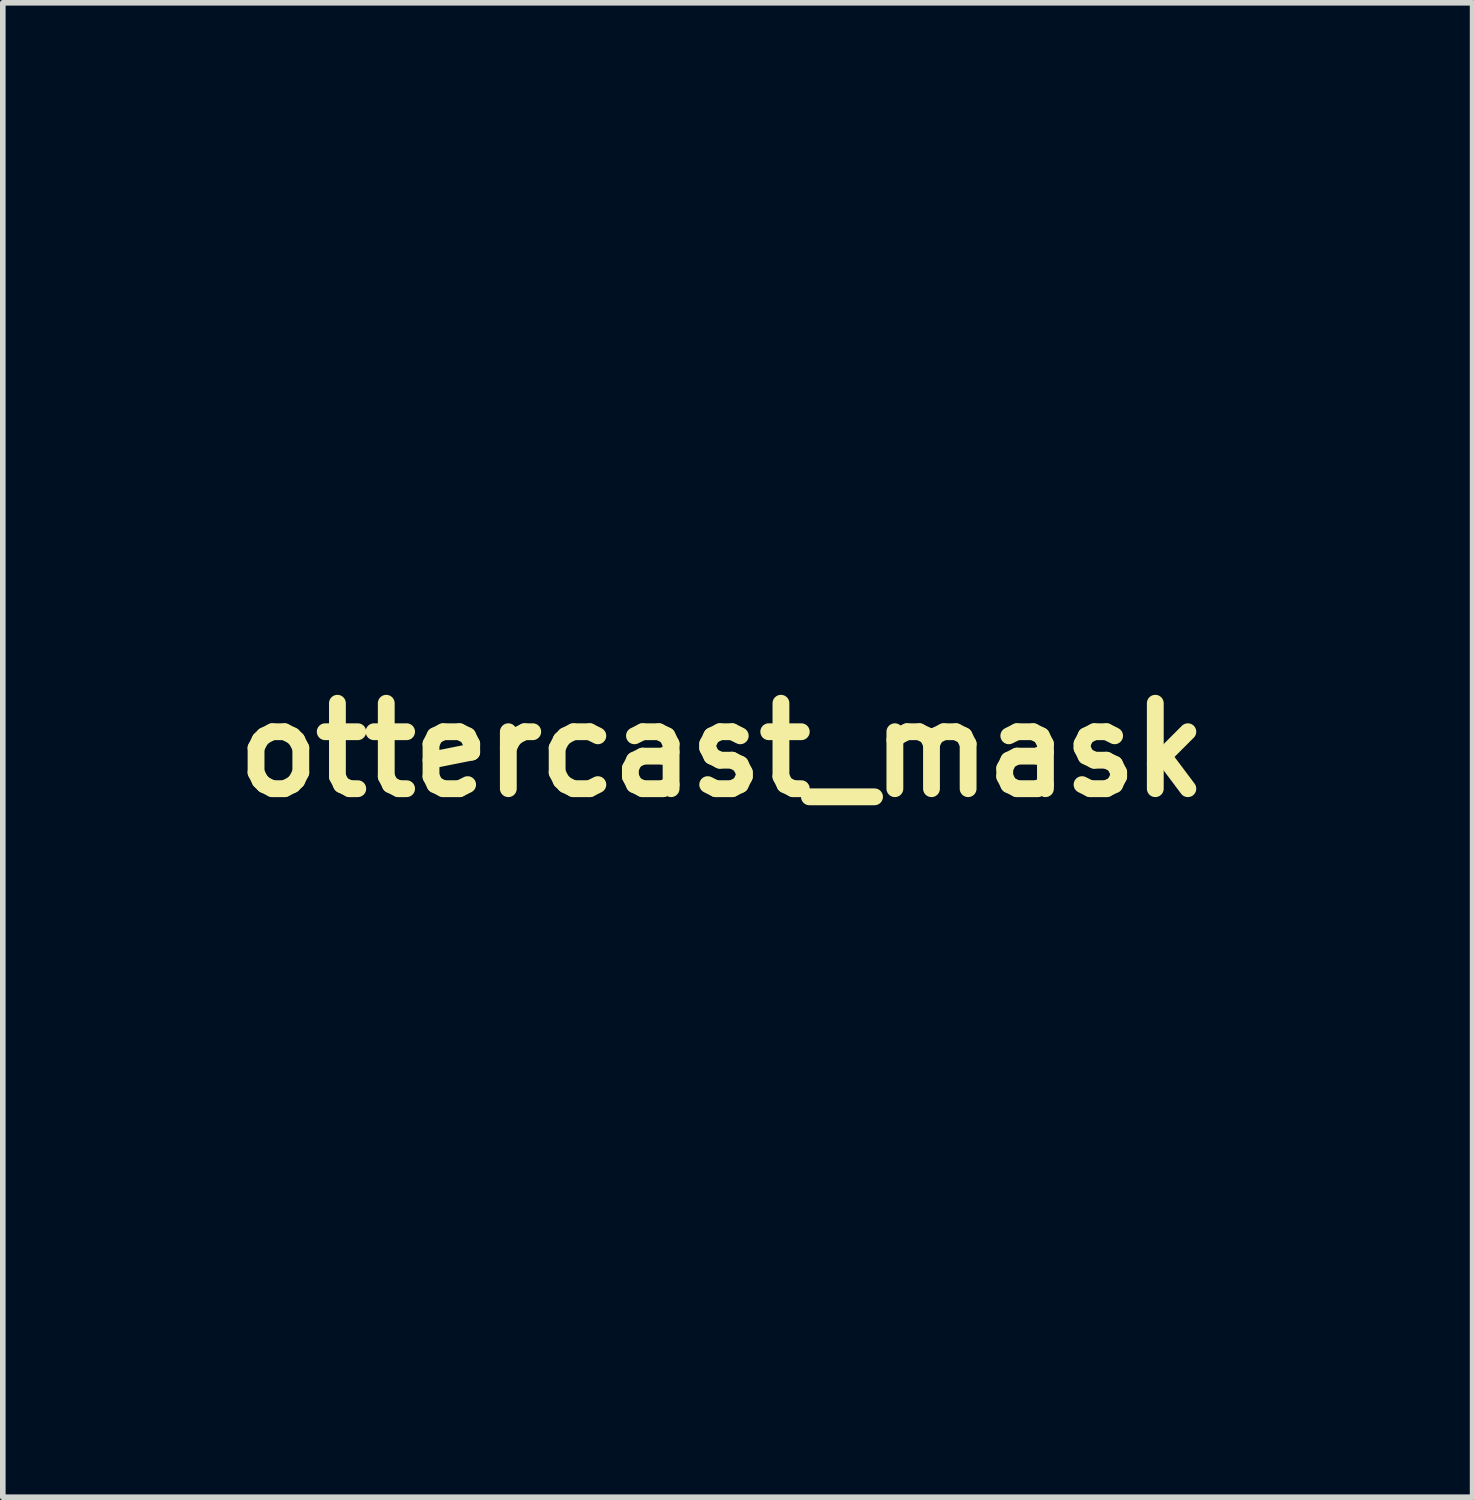
<source format=kicad_pcb>
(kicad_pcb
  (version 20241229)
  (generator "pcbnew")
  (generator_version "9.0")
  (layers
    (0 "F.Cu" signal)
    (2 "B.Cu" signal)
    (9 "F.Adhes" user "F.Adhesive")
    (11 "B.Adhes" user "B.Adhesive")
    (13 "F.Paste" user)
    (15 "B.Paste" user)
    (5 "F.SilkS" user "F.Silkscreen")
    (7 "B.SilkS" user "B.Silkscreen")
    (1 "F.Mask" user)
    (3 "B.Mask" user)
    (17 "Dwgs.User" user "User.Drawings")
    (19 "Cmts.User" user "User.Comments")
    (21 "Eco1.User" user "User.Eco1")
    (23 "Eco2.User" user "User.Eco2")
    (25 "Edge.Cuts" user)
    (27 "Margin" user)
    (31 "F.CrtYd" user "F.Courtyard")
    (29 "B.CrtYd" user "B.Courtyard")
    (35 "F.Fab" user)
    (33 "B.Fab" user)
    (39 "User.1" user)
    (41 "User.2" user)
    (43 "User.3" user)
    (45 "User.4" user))
  (footprint "ottercast_mask"
    (layer "F.Cu")
    (at 9.826 10.327)
    (property "Reference" "ottercast_mask" (at 0 0 0) (layer "F.SilkS") (effects (font (size 1.524 1.524) (thickness 0.3))))
    (attr through_hole)
    (fp_poly (pts (xy 4.998 -10.321) (xy 5.502 -10.286) (xy 5.995 -10.219) (xy 6.475 -10.121) (xy 6.938 -9.991) (xy 7.383 -9.832) (xy 7.806 -9.645) (xy 8.204 -9.43) (xy 8.575 -9.188) (xy 8.916 -8.92) (xy 9.088 -8.764) (xy 9.356 -8.482) (xy 9.583 -8.192) (xy 9.769 -7.891) (xy 9.915 -7.579) (xy 10.021 -7.255) (xy 10.088 -6.918) (xy 10.117 -6.567) (xy 10.118 -6.485) (xy 10.118 -6.374) (xy 10.122 -6.293) (xy 10.13 -6.232) (xy 10.144 -6.179) (xy 10.166 -6.122) (xy 10.182 -6.087) (xy 10.278 -5.832) (xy 10.343 -5.564) (xy 10.378 -5.29) (xy 10.383 -5.013) (xy 10.359 -4.739) (xy 10.308 -4.472) (xy 10.23 -4.217) (xy 10.126 -3.978) (xy 9.997 -3.761) (xy 9.845 -3.57) (xy 9.669 -3.41) (xy 9.648 -3.394) (xy 9.588 -3.343) (xy 9.552 -3.298) (xy 9.546 -3.279) (xy 9.533 -3.219) (xy 9.499 -3.141) (xy 9.45 -3.055) (xy 9.394 -2.976) (xy 9.386 -2.967) (xy 9.324 -2.909) (xy 9.245 -2.852) (xy 9.191 -2.822) (xy 9.133 -2.795) (xy 9.082 -2.778) (xy 9.025 -2.768) (xy 8.951 -2.764) (xy 8.848 -2.763) (xy 8.837 -2.763) (xy 8.729 -2.764) (xy 8.652 -2.769) (xy 8.595 -2.778) (xy 8.546 -2.795) (xy 8.509 -2.813) (xy 8.446 -2.848) (xy 8.395 -2.88) (xy 8.38 -2.892) (xy 8.362 -2.903) (xy 8.351 -2.895) (xy 8.343 -2.86) (xy 8.335 -2.793) (xy 8.332 -2.759) (xy 8.328 -2.686) (xy 8.324 -2.58) (xy 8.321 -2.452) (xy 8.319 -2.312) (xy 8.319 -2.177) (xy 8.319 -1.757) (xy 8.451 -1.691) (xy 8.692 -1.549) (xy 8.9 -1.382) (xy 9.073 -1.193) (xy 9.212 -0.982) (xy 9.284 -0.827) (xy 9.35 -0.612) (xy 9.376 -0.397) (xy 9.365 -0.187) (xy 9.318 0.015) (xy 9.237 0.205) (xy 9.125 0.377) (xy 8.982 0.528) (xy 8.812 0.653) (xy 8.615 0.749) (xy 8.547 0.773) (xy 8.443 0.801) (xy 8.331 0.825) (xy 8.235 0.839) (xy 8.233 0.839) (xy 8.156 0.847) (xy 8.111 0.857) (xy 8.089 0.872) (xy 8.079 0.9) (xy 8.075 0.918) (xy 8.068 0.959) (xy 8.056 1.034) (xy 8.039 1.135) (xy 8.018 1.257) (xy 7.996 1.39) (xy 7.99 1.424) (xy 7.85 2.166) (xy 7.684 2.878) (xy 7.49 3.561) (xy 7.271 4.213) (xy 7.026 4.835) (xy 6.755 5.425) (xy 6.459 5.983) (xy 6.138 6.509) (xy 5.792 7.001) (xy 5.421 7.46) (xy 5.026 7.884) (xy 4.604 8.277) (xy 4.16 8.636) (xy 3.692 8.959) (xy 3.201 9.249) (xy 2.686 9.504) (xy 2.147 9.725) (xy 1.583 9.912) (xy 0.994 10.065) (xy 0.38 10.185) (xy -0.261 10.271) (xy -0.323 10.277) (xy -0.45 10.288) (xy -0.609 10.297) (xy -0.794 10.305) (xy -0.996 10.311) (xy -1.207 10.316) (xy -1.42 10.319) (xy -1.626 10.32) (xy -1.819 10.32) (xy -1.99 10.317) (xy -2.131 10.312) (xy -2.201 10.308) (xy -2.827 10.24) (xy -3.431 10.136) (xy -4.015 9.996) (xy -4.578 9.819) (xy -5.119 9.605) (xy -5.639 9.355) (xy -6.051 9.122) (xy -6.375 8.915) (xy -6.679 8.697) (xy -6.972 8.462) (xy -7.265 8.202) (xy -7.494 7.98) (xy -7.836 7.622) (xy -8.143 7.261) (xy -8.42 6.89) (xy -8.675 6.499) (xy -8.914 6.079) (xy -9.015 5.884) (xy -9.255 5.368) (xy -9.452 4.851) (xy -9.551 4.522) (xy -0.332 4.522) (xy -0.31 4.521) (xy -0.255 4.511) (xy -0.176 4.495) (xy -0.091 4.476) (xy 0.202 4.424) (xy 0.492 4.399) (xy 0.77 4.402) (xy 1.028 4.433) (xy 1.132 4.455) (xy 1.362 4.532) (xy 1.58 4.646) (xy 1.778 4.791) (xy 1.953 4.963) (xy 2.097 5.157) (xy 2.174 5.297) (xy 2.211 5.366) (xy 2.246 5.408) (xy 2.265 5.419) (xy 2.293 5.409) (xy 2.353 5.384) (xy 2.438 5.345) (xy 2.541 5.296) (xy 2.656 5.239) (xy 2.668 5.233) (xy 2.915 5.104) (xy 3.135 4.981) (xy 3.338 4.856) (xy 3.538 4.721) (xy 3.741 4.573) (xy 4.091 4.288) (xy 4.42 3.975) (xy 4.729 3.632) (xy 5.019 3.258) (xy 5.291 2.852) (xy 5.545 2.413) (xy 5.783 1.938) (xy 6.006 1.426) (xy 6.214 0.876) (xy 6.316 0.577) (xy 6.457 0.149) (xy 6.295 -0.016) (xy 6.026 -0.313) (xy 5.774 -0.646) (xy 5.542 -1.007) (xy 5.332 -1.39) (xy 5.148 -1.79) (xy 4.993 -2.201) (xy 4.877 -2.59) (xy 4.818 -2.821) (xy 4.769 -2.633) (xy 4.648 -2.23) (xy 4.503 -1.839) (xy 4.336 -1.462) (xy 4.148 -1.103) (xy 3.942 -0.765) (xy 3.72 -0.452) (xy 3.484 -0.166) (xy 3.237 0.089) (xy 2.981 0.309) (xy 2.718 0.492) (xy 2.615 0.551) (xy 2.46 0.636) (xy 2.392 0.83) (xy 2.241 1.211) (xy 2.052 1.598) (xy 1.826 1.988) (xy 1.567 2.377) (xy 1.432 2.561) (xy 1.352 2.665) (xy 1.275 2.764) (xy 1.196 2.862) (xy 1.112 2.961) (xy 1.021 3.066) (xy 0.919 3.181) (xy 0.803 3.308) (xy 0.67 3.452) (xy 0.516 3.616) (xy 0.339 3.804) (xy 0.175 3.976) (xy 0.056 4.102) (xy -0.053 4.217) (xy -0.148 4.319) (xy -0.227 4.404) (xy -0.286 4.469) (xy -0.322 4.509) (xy -0.332 4.522) (xy -9.551 4.522) (xy -9.608 4.334) (xy -9.721 3.817) (xy -9.792 3.301) (xy -9.821 2.785) (xy -9.821 2.691) (xy -9.805 2.132) (xy -9.758 1.592) (xy -9.68 1.072) (xy -9.572 0.575) (xy -9.434 0.101) (xy -9.267 -0.349) (xy -9.072 -0.773) (xy -8.85 -1.17) (xy -8.599 -1.538) (xy -8.323 -1.877) (xy -8.02 -2.184) (xy -7.691 -2.46) (xy -7.418 -2.651) (xy -7.284 -2.732) (xy -7.136 -2.811) (xy -6.981 -2.886) (xy -6.826 -2.954) (xy -6.678 -3.011) (xy -6.546 -3.055) (xy -6.436 -3.082) (xy -6.365 -3.09) (xy -6.243 -3.07) (xy -6.137 -3.013) (xy -6.051 -2.92) (xy -6.009 -2.847) (xy -5.98 -2.766) (xy -5.972 -2.69) (xy -5.988 -2.611) (xy -6.03 -2.525) (xy -6.1 -2.424) (xy -6.2 -2.303) (xy -6.209 -2.293) (xy -6.41 -2.038) (xy -6.6 -1.748) (xy -6.776 -1.428) (xy -6.934 -1.085) (xy -7.073 -0.725) (xy -7.189 -0.354) (xy -7.259 -0.07) (xy -7.304 0.15) (xy -7.337 0.355) (xy -7.36 0.56) (xy -7.375 0.781) (xy -7.381 0.935) (xy -7.382 1.271) (xy -7.364 1.578) (xy -7.323 1.864) (xy -7.257 2.137) (xy -7.166 2.406) (xy -7.046 2.681) (xy -6.917 2.932) (xy -6.771 3.179) (xy -6.61 3.421) (xy -6.44 3.647) (xy -6.267 3.851) (xy -6.097 4.024) (xy -6.056 4.062) (xy -5.906 4.195) (xy -5.859 4.113) (xy -5.774 3.97) (xy -5.668 3.794) (xy -5.545 3.591) (xy -5.405 3.362) (xy -5.251 3.113) (xy -5.085 2.847) (xy -4.911 2.567) (xy -4.729 2.277) (xy -4.709 2.245) (xy -4.575 2.032) (xy -4.461 1.852) (xy -4.364 1.701) (xy -4.283 1.576) (xy -4.214 1.472) (xy -4.156 1.388) (xy -4.106 1.318) (xy -4.061 1.26) (xy -4.019 1.21) (xy -3.979 1.164) (xy -3.937 1.121) (xy -3.814 1.004) (xy -3.705 0.919) (xy -3.602 0.862) (xy -3.496 0.829) (xy -3.381 0.816) (xy -3.344 0.815) (xy -3.253 0.817) (xy -3.188 0.828) (xy -3.131 0.849) (xy -3.087 0.873) (xy -2.954 0.973) (xy -2.856 1.097) (xy -2.794 1.245) (xy -2.767 1.415) (xy -2.766 1.482) (xy -2.778 1.635) (xy -2.811 1.82) (xy -2.86 2.031) (xy -2.926 2.263) (xy -3.007 2.51) (xy -3.1 2.768) (xy -3.204 3.031) (xy -3.318 3.294) (xy -3.379 3.427) (xy -3.421 3.518) (xy -3.456 3.595) (xy -3.479 3.649) (xy -3.487 3.674) (xy -3.487 3.675) (xy -3.466 3.67) (xy -3.414 3.653) (xy -3.34 3.627) (xy -3.28 3.605) (xy -3.024 3.515) (xy -2.77 3.439) (xy -2.532 3.38) (xy -2.461 3.366) (xy -2.371 3.346) (xy -2.296 3.325) (xy -2.246 3.307) (xy -2.234 3.298) (xy -2.216 3.273) (xy -2.179 3.218) (xy -2.126 3.136) (xy -2.06 3.034) (xy -1.985 2.917) (xy -1.914 2.805) (xy -1.788 2.609) (xy -1.678 2.447) (xy -1.58 2.315) (xy -1.489 2.208) (xy -1.404 2.122) (xy -1.319 2.053) (xy -1.231 1.997) (xy -1.176 1.968) (xy -1.088 1.928) (xy -1.017 1.906) (xy -0.942 1.898) (xy -0.891 1.897) (xy -0.736 1.917) (xy -0.6 1.974) (xy -0.485 2.066) (xy -0.395 2.191) (xy -0.336 2.333) (xy -0.314 2.42) (xy -0.304 2.509) (xy -0.305 2.607) (xy -0.318 2.723) (xy -0.344 2.867) (xy -0.361 2.951) (xy -0.378 3.035) (xy -0.39 3.102) (xy -0.394 3.141) (xy -0.394 3.148) (xy -0.375 3.139) (xy -0.336 3.1) (xy -0.28 3.037) (xy -0.212 2.955) (xy -0.135 2.858) (xy -0.054 2.753) (xy 0.028 2.643) (xy 0.107 2.535) (xy 0.178 2.433) (xy 0.238 2.342) (xy 0.248 2.327) (xy 0.321 2.202) (xy 0.403 2.048) (xy 0.489 1.878) (xy 0.572 1.701) (xy 0.648 1.529) (xy 0.671 1.474) (xy 0.706 1.386) (xy 0.746 1.282) (xy 0.788 1.169) (xy 0.829 1.055) (xy 0.866 0.948) (xy 0.897 0.856) (xy 0.92 0.785) (xy 0.931 0.745) (xy 0.931 0.739) (xy 0.915 0.722) (xy 0.871 0.689) (xy 0.809 0.646) (xy 0.795 0.637) (xy 0.623 0.501) (xy 0.479 0.336) (xy 0.368 0.148) (xy 0.293 -0.06) (xy 0.287 -0.086) (xy 0.257 -0.302) (xy 0.267 -0.519) (xy 0.315 -0.732) (xy 0.4 -0.937) (xy 0.519 -1.133) (xy 0.67 -1.315) (xy 0.851 -1.479) (xy 1.06 -1.623) (xy 1.233 -1.715) (xy 1.412 -1.798) (xy 1.426 -1.929) (xy 1.43 -1.995) (xy 1.434 -2.089) (xy 1.437 -2.203) (xy 1.438 -2.331) (xy 1.439 -2.466) (xy 1.439 -2.602) (xy 1.438 -2.732) (xy 1.435 -2.849) (xy 1.432 -2.948) (xy 1.428 -3.021) (xy 1.424 -3.063) (xy 1.421 -3.069) (xy 1.401 -3.052) (xy 1.377 -3.009) (xy 1.376 -3.006) (xy 1.326 -2.924) (xy 1.247 -2.84) (xy 1.151 -2.764) (xy 1.062 -2.713) (xy 1.005 -2.688) (xy 0.953 -2.671) (xy 0.894 -2.662) (xy 0.818 -2.658) (xy 0.712 -2.657) (xy 0.699 -2.657) (xy 0.554 -2.661) (xy 0.442 -2.676) (xy 0.349 -2.704) (xy 0.266 -2.75) (xy 0.182 -2.817) (xy 0.173 -2.825) (xy 0.113 -2.891) (xy 0.055 -2.976) (xy 0.005 -3.067) (xy -0.029 -3.152) (xy -0.042 -3.218) (xy -0.054 -3.264) (xy -0.093 -3.308) (xy -0.127 -3.334) (xy -0.217 -3.407) (xy -0.317 -3.505) (xy -0.418 -3.618) (xy -0.508 -3.733) (xy -0.572 -3.829) (xy -0.696 -4.07) (xy -0.787 -4.32) (xy -0.845 -4.584) (xy -0.872 -4.87) (xy -0.875 -5.006) (xy -0.871 -5.204) (xy -0.856 -5.373) (xy -0.83 -5.528) (xy -0.791 -5.68) (xy -0.762 -5.769) (xy -0.76 -5.776) (xy 0.277 -5.776) (xy 0.278 -5.526) (xy 0.279 -5.239) (xy 0.28 -4.941) (xy 0.286 -3.203) (xy 0.347 -3.124) (xy 0.406 -3.059) (xy 0.475 -3.018) (xy 0.564 -2.994) (xy 0.681 -2.986) (xy 0.706 -2.985) (xy 0.805 -2.988) (xy 0.875 -2.998) (xy 0.932 -3.019) (xy 0.95 -3.028) (xy 1.011 -3.071) (xy 1.063 -3.121) (xy 1.069 -3.129) (xy 1.076 -3.14) (xy 1.083 -3.153) (xy 1.089 -3.172) (xy 1.094 -3.198) (xy 1.098 -3.235) (xy 1.101 -3.285) (xy 1.104 -3.351) (xy 1.107 -3.436) (xy 1.109 -3.543) (xy 1.111 -3.674) (xy 1.112 -3.832) (xy 1.113 -4.02) (xy 1.114 -4.241) (xy 1.115 -4.497) (xy 1.115 -4.524) (xy 1.991 -4.524) (xy 2.005 -4.339) (xy 2.032 -4.145) (xy 2.074 -3.951) (xy 2.111 -3.821) (xy 2.135 -3.747) (xy 2.171 -3.644) (xy 2.215 -3.519) (xy 2.264 -3.384) (xy 2.315 -3.246) (xy 2.318 -3.237) (xy 2.37 -3.097) (xy 2.42 -2.953) (xy 2.466 -2.818) (xy 2.503 -2.701) (xy 2.529 -2.614) (xy 2.529 -2.613) (xy 2.553 -2.522) (xy 2.574 -2.445) (xy 2.589 -2.392) (xy 2.594 -2.375) (xy 2.615 -2.371) (xy 2.663 -2.393) (xy 2.735 -2.439) (xy 2.826 -2.505) (xy 2.934 -2.589) (xy 3.002 -2.646) (xy 3.161 -2.795) (xy 3.307 -2.961) (xy 3.433 -3.136) (xy 3.533 -3.311) (xy 3.595 -3.461) (xy 3.61 -3.515) (xy 3.63 -3.597) (xy 3.653 -3.699) (xy 3.676 -3.812) (xy 3.699 -3.926) (xy 3.72 -4.032) (xy 3.735 -4.12) (xy 3.745 -4.183) (xy 3.746 -4.205) (xy 3.729 -4.222) (xy 3.683 -4.248) (xy 3.652 -4.262) (xy 3.512 -4.336) (xy 3.397 -4.43) (xy 3.33 -4.514) (xy 3.273 -4.625) (xy 3.228 -4.753) (xy 3.202 -4.878) (xy 3.197 -4.95) (xy 3.198 -5.048) (xy 3.237 -4.949) (xy 3.271 -4.872) (xy 3.309 -4.797) (xy 3.322 -4.776) (xy 3.375 -4.705) (xy 3.448 -4.628) (xy 3.533 -4.554) (xy 3.62 -4.488) (xy 3.7 -4.436) (xy 3.767 -4.407) (xy 3.793 -4.403) (xy 3.818 -4.42) (xy 3.851 -4.464) (xy 3.872 -4.5) (xy 3.971 -4.652) (xy 4.087 -4.771) (xy 4.217 -4.854) (xy 4.356 -4.9) (xy 4.502 -4.906) (xy 4.6 -4.888) (xy 4.657 -4.873) (xy 4.686 -4.875) (xy 4.7 -4.899) (xy 4.707 -4.927) (xy 4.932 -4.927) (xy 4.936 -4.883) (xy 4.955 -4.871) (xy 4.99 -4.878) (xy 5.151 -4.904) (xy 5.288 -4.899) (xy 5.394 -4.868) (xy 5.494 -4.808) (xy 5.595 -4.719) (xy 5.688 -4.61) (xy 5.758 -4.502) (xy 5.792 -4.446) (xy 5.823 -4.41) (xy 5.838 -4.403) (xy 5.888 -4.416) (xy 5.962 -4.454) (xy 6.049 -4.51) (xy 6.142 -4.58) (xy 6.157 -4.593) (xy 6.231 -4.66) (xy 6.288 -4.728) (xy 6.338 -4.811) (xy 6.37 -4.874) (xy 6.41 -4.953) (xy 6.435 -4.998) (xy 6.449 -5.012) (xy 6.455 -4.999) (xy 6.456 -4.982) (xy 6.445 -4.862) (xy 6.415 -4.73) (xy 6.372 -4.61) (xy 6.368 -4.601) (xy 6.282 -4.468) (xy 6.162 -4.356) (xy 6.02 -4.272) (xy 5.953 -4.24) (xy 5.905 -4.215) (xy 5.884 -4.203) (xy 5.884 -4.203) (xy 5.888 -4.181) (xy 5.899 -4.125) (xy 5.915 -4.041) (xy 5.936 -3.936) (xy 5.956 -3.835) (xy 5.991 -3.668) (xy 6.023 -3.536) (xy 6.056 -3.43) (xy 6.09 -3.342) (xy 6.101 -3.318) (xy 6.186 -3.165) (xy 6.297 -3.004) (xy 6.424 -2.849) (xy 6.554 -2.714) (xy 6.578 -2.693) (xy 6.642 -2.638) (xy 6.72 -2.576) (xy 6.804 -2.512) (xy 6.886 -2.452) (xy 6.958 -2.402) (xy 7.014 -2.366) (xy 7.045 -2.35) (xy 7.047 -2.35) (xy 7.057 -2.369) (xy 7.074 -2.42) (xy 7.095 -2.495) (xy 7.107 -2.543) (xy 7.129 -2.619) (xy 7.163 -2.727) (xy 7.206 -2.856) (xy 7.255 -2.999) (xy 7.308 -3.147) (xy 7.333 -3.214) (xy 7.386 -3.359) (xy 7.436 -3.5) (xy 7.481 -3.63) (xy 7.519 -3.741) (xy 7.545 -3.824) (xy 7.554 -3.852) (xy 7.607 -4.075) (xy 7.642 -4.291) (xy 7.655 -4.445) (xy 8.449 -4.445) (xy 8.45 -4.162) (xy 8.451 -3.922) (xy 8.453 -3.723) (xy 8.455 -3.565) (xy 8.459 -3.449) (xy 8.463 -3.375) (xy 8.467 -3.344) (xy 8.501 -3.263) (xy 8.553 -3.187) (xy 8.613 -3.129) (xy 8.645 -3.111) (xy 8.687 -3.102) (xy 8.757 -3.095) (xy 8.841 -3.092) (xy 8.85 -3.092) (xy 8.94 -3.093) (xy 9.003 -3.102) (xy 9.05 -3.12) (xy 9.081 -3.138) (xy 9.139 -3.19) (xy 9.186 -3.254) (xy 9.189 -3.259) (xy 9.196 -3.274) (xy 9.203 -3.292) (xy 9.208 -3.317) (xy 9.212 -3.35) (xy 9.216 -3.395) (xy 9.219 -3.455) (xy 9.222 -3.532) (xy 9.224 -3.629) (xy 9.226 -3.749) (xy 9.227 -3.894) (xy 9.228 -4.069) (xy 9.228 -4.274) (xy 9.228 -4.514) (xy 9.229 -4.79) (xy 9.229 -5.087) (xy 9.229 -5.409) (xy 9.229 -5.691) (xy 9.228 -5.937) (xy 9.228 -6.148) (xy 9.226 -6.328) (xy 9.224 -6.48) (xy 9.221 -6.605) (xy 9.217 -6.707) (xy 9.211 -6.789) (xy 9.204 -6.853) (xy 9.195 -6.902) (xy 9.184 -6.938) (xy 9.171 -6.966) (xy 9.155 -6.986) (xy 9.137 -7.002) (xy 9.117 -7.017) (xy 9.094 -7.033) (xy 9.047 -7.059) (xy 8.989 -7.076) (xy 8.908 -7.085) (xy 8.858 -7.087) (xy 8.769 -7.089) (xy 8.709 -7.085) (xy 8.664 -7.073) (xy 8.622 -7.049) (xy 8.616 -7.045) (xy 8.556 -6.992) (xy 8.504 -6.929) (xy 8.5 -6.921) (xy 8.492 -6.907) (xy 8.485 -6.891) (xy 8.479 -6.871) (xy 8.474 -6.843) (xy 8.469 -6.805) (xy 8.466 -6.754) (xy 8.463 -6.686) (xy 8.46 -6.6) (xy 8.458 -6.493) (xy 8.456 -6.361) (xy 8.455 -6.202) (xy 8.454 -6.012) (xy 8.453 -5.79) (xy 8.452 -5.532) (xy 8.451 -5.235) (xy 8.45 -5.137) (xy 8.449 -4.77) (xy 8.449 -4.445) (xy 7.655 -4.445) (xy 7.659 -4.492) (xy 7.658 -4.672) (xy 7.637 -4.823) (xy 7.632 -4.844) (xy 7.559 -5.039) (xy 7.449 -5.216) (xy 7.308 -5.373) (xy 7.139 -5.502) (xy 7.037 -5.559) (xy 6.87 -5.641) (xy 6.531 -5.638) (xy 6.388 -5.635) (xy 6.269 -5.629) (xy 6.16 -5.619) (xy 6.044 -5.603) (xy 5.909 -5.578) (xy 5.832 -5.563) (xy 5.473 -5.493) (xy 5.447 -5.4) (xy 5.389 -5.274) (xy 5.297 -5.165) (xy 5.176 -5.078) (xy 5.032 -5.018) (xy 5.027 -5.017) (xy 4.969 -4.997) (xy 4.941 -4.976) (xy 4.932 -4.942) (xy 4.932 -4.927) (xy 4.707 -4.927) (xy 4.709 -4.934) (xy 4.714 -4.965) (xy 4.703 -4.987) (xy 4.668 -5.007) (xy 4.602 -5.033) (xy 4.598 -5.034) (xy 4.447 -5.104) (xy 4.332 -5.192) (xy 4.25 -5.303) (xy 4.198 -5.428) (xy 4.188 -5.456) (xy 4.172 -5.476) (xy 4.142 -5.492) (xy 4.09 -5.507) (xy 4.009 -5.525) (xy 3.947 -5.538) (xy 3.681 -5.588) (xy 3.449 -5.623) (xy 3.247 -5.643) (xy 3.071 -5.649) (xy 2.997 -5.647) (xy 2.891 -5.641) (xy 2.813 -5.632) (xy 2.747 -5.616) (xy 2.678 -5.589) (xy 2.613 -5.559) (xy 2.449 -5.46) (xy 2.301 -5.33) (xy 2.174 -5.177) (xy 2.077 -5.009) (xy 2.014 -4.833) (xy 2.013 -4.826) (xy 1.994 -4.689) (xy 1.991 -4.524) (xy 1.115 -4.524) (xy 1.116 -4.791) (xy 1.117 -4.965) (xy 1.123 -6.745) (xy 1.075 -6.815) (xy 1.022 -6.884) (xy 0.97 -6.93) (xy 0.907 -6.957) (xy 0.822 -6.971) (xy 0.707 -6.974) (xy 0.701 -6.974) (xy 0.603 -6.974) (xy 0.537 -6.969) (xy 0.492 -6.96) (xy 0.455 -6.942) (xy 0.418 -6.917) (xy 0.393 -6.898) (xy 0.371 -6.88) (xy 0.352 -6.861) (xy 0.336 -6.838) (xy 0.322 -6.808) (xy 0.31 -6.769) (xy 0.3 -6.717) (xy 0.293 -6.65) (xy 0.287 -6.565) (xy 0.283 -6.459) (xy 0.28 -6.33) (xy 0.278 -6.175) (xy 0.277 -5.991) (xy 0.277 -5.776) (xy -0.76 -5.776) (xy -0.747 -5.817) (xy -0.736 -5.867) (xy -0.728 -5.928) (xy -0.723 -6.005) (xy -0.721 -6.107) (xy -0.72 -6.24) (xy -0.72 -6.316) (xy -0.717 -6.546) (xy -0.707 -6.743) (xy -0.691 -6.917) (xy -0.665 -7.077) (xy -0.631 -7.233) (xy -0.63 -7.235) (xy 0.257 -7.235) (xy 0.262 -7.222) (xy 0.286 -7.227) (xy 0.337 -7.249) (xy 0.373 -7.265) (xy 0.465 -7.294) (xy 0.585 -7.311) (xy 0.717 -7.316) (xy 0.848 -7.31) (xy 0.964 -7.291) (xy 1.023 -7.274) (xy 1.125 -7.234) (xy 1.159 -7.282) (xy 1.255 -7.399) (xy 1.364 -7.488) (xy 1.46 -7.543) (xy 1.629 -7.609) (xy 1.791 -7.634) (xy 1.952 -7.62) (xy 1.983 -7.613) (xy 2.109 -7.581) (xy 2.256 -7.719) (xy 2.567 -7.988) (xy 2.892 -8.217) (xy 3.231 -8.406) (xy 3.586 -8.557) (xy 3.958 -8.669) (xy 4.103 -8.702) (xy 4.241 -8.724) (xy 4.408 -8.741) (xy 4.593 -8.753) (xy 4.785 -8.759) (xy 4.97 -8.759) (xy 5.136 -8.753) (xy 5.242 -8.743) (xy 5.616 -8.677) (xy 5.98 -8.57) (xy 6.33 -8.425) (xy 6.662 -8.243) (xy 6.973 -8.027) (xy 7.26 -7.777) (xy 7.26 -7.776) (xy 7.441 -7.601) (xy 7.536 -7.623) (xy 7.669 -7.636) (xy 7.82 -7.618) (xy 7.972 -7.575) (xy 8.064 -7.53) (xy 8.155 -7.463) (xy 8.222 -7.4) (xy 8.352 -7.269) (xy 8.444 -7.327) (xy 8.578 -7.389) (xy 8.738 -7.421) (xy 8.916 -7.423) (xy 8.927 -7.422) (xy 9.08 -7.409) (xy 9.026 -7.53) (xy 8.926 -7.725) (xy 8.796 -7.928) (xy 8.643 -8.129) (xy 8.476 -8.317) (xy 8.472 -8.322) (xy 8.356 -8.441) (xy 8.289 -8.402) (xy 8.176 -8.352) (xy 8.039 -8.318) (xy 7.894 -8.302) (xy 7.797 -8.303) (xy 7.739 -8.309) (xy 7.685 -8.318) (xy 7.628 -8.332) (xy 7.562 -8.354) (xy 7.481 -8.386) (xy 7.377 -8.43) (xy 7.245 -8.489) (xy 7.165 -8.525) (xy 6.745 -8.694) (xy 6.306 -8.826) (xy 5.847 -8.924) (xy 5.366 -8.985) (xy 4.864 -9.012) (xy 4.519 -9.011) (xy 4.037 -8.982) (xy 3.58 -8.923) (xy 3.142 -8.831) (xy 2.719 -8.705) (xy 2.305 -8.545) (xy 2.17 -8.484) (xy 2.018 -8.415) (xy 1.895 -8.365) (xy 1.794 -8.33) (xy 1.707 -8.309) (xy 1.625 -8.299) (xy 1.566 -8.297) (xy 1.442 -8.307) (xy 1.313 -8.334) (xy 1.196 -8.373) (xy 1.124 -8.408) (xy 1.051 -8.454) (xy 0.883 -8.275) (xy 0.747 -8.117) (xy 0.616 -7.94) (xy 0.495 -7.753) (xy 0.391 -7.567) (xy 0.31 -7.391) (xy 0.265 -7.265) (xy 0.257 -7.235) (xy -0.63 -7.235) (xy -0.603 -7.334) (xy -0.491 -7.644) (xy -0.339 -7.947) (xy -0.149 -8.241) (xy 0.077 -8.522) (xy 0.337 -8.79) (xy 0.63 -9.043) (xy 0.953 -9.277) (xy 1.304 -9.491) (xy 1.503 -9.597) (xy 1.959 -9.807) (xy 2.428 -9.98) (xy 2.913 -10.118) (xy 3.415 -10.22) (xy 3.938 -10.288) (xy 4.484 -10.322) (xy 4.487 -10.322) (xy 4.998 -10.321)) (stroke (width 0.01) (type solid)) (fill yes) (layer "F.Mask")))
  (gr_rect
    (start -3 -3)
    (end 23.214 23.653)
    (stroke (width 0.1) (type default))
    (fill no)
    (layer "Edge.Cuts")))
</source>
